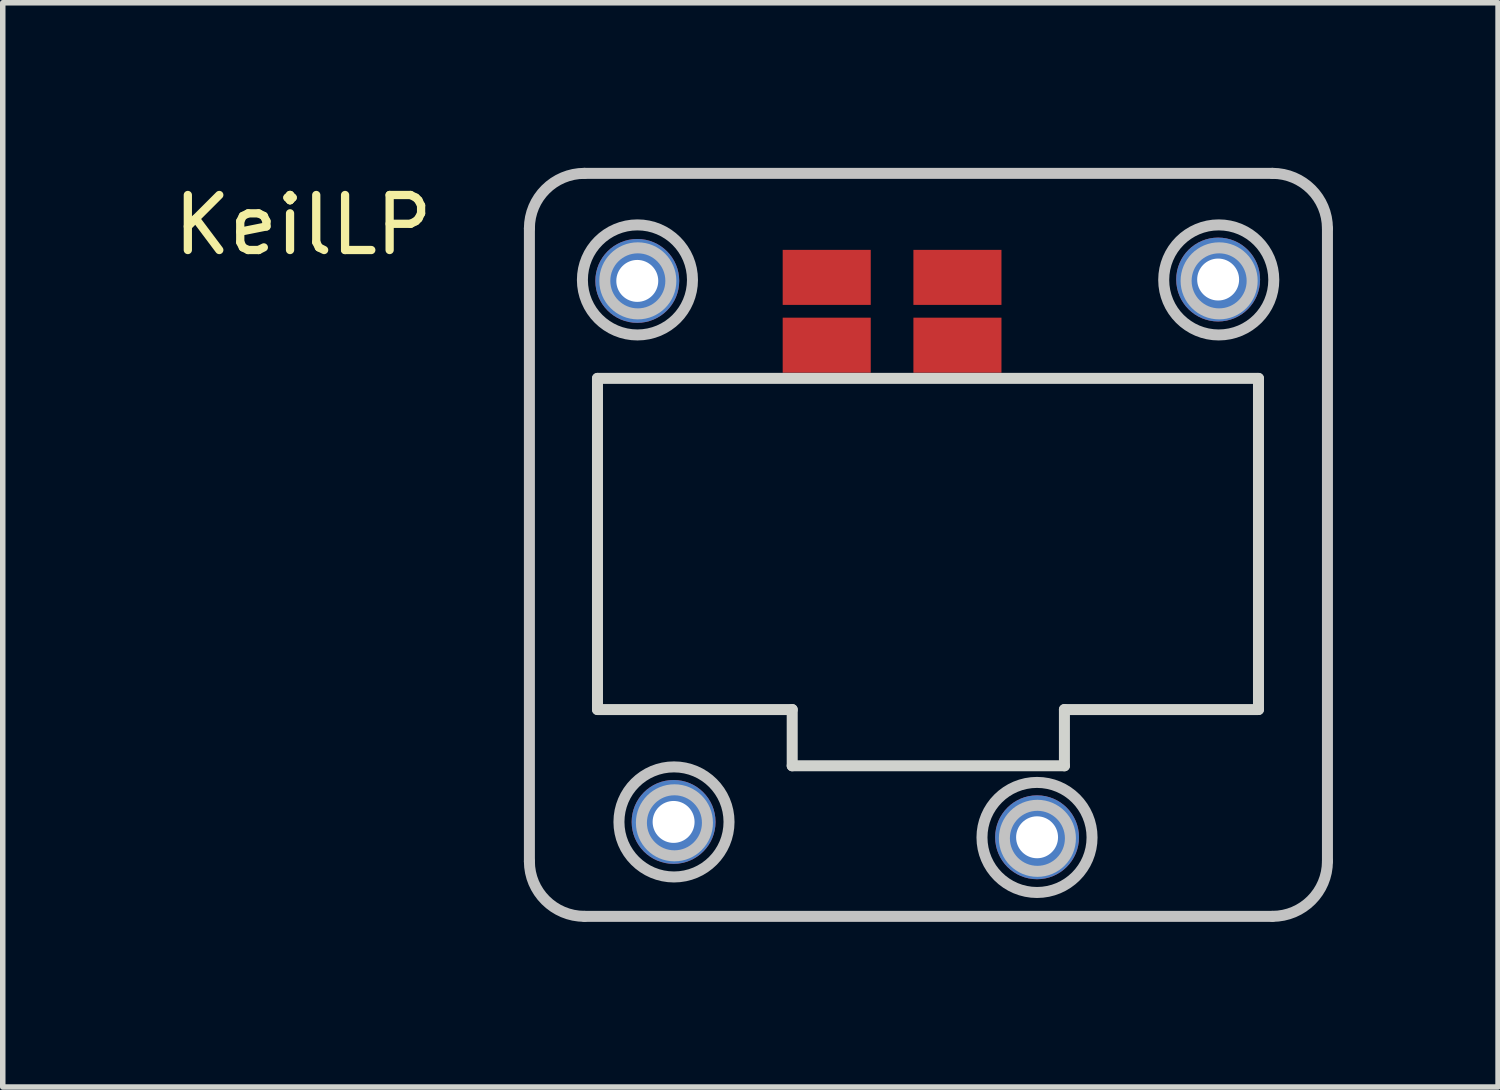
<source format=kicad_pcb>
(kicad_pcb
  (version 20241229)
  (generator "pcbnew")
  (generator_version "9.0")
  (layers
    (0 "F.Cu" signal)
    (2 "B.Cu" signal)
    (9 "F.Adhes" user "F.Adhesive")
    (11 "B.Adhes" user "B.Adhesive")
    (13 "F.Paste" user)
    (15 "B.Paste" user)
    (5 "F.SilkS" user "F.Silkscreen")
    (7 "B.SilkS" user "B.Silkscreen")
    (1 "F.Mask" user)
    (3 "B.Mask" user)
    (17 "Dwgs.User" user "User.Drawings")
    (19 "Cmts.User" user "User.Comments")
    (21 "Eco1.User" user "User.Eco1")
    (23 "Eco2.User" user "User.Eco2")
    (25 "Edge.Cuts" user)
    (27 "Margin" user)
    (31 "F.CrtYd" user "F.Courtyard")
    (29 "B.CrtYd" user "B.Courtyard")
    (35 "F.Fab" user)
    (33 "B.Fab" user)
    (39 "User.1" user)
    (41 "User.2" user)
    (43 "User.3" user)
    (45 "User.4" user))
  (footprint "KeilLP"
    (layer "F.Cu")
    (at 8.529 2.054)
    (property "Reference" "KeilLP" (at -6.071 -1.016 0) (layer "F.SilkS") (effects (font (size 1 1) (thickness 0.15))))
    (attr through_hole)
    (fp_line (start -1.96 -0.954) (end -1.96 10.546) (stroke (width 0.2) (type solid)) (layer "Dwgs.User"))
    (fp_line (start -0.96 -1.954) (end 11.54 -1.954) (stroke (width 0.2) (type solid)) (layer "Dwgs.User"))
    (fp_line (start -0.96 11.546) (end 11.54 11.546) (stroke (width 0.2) (type solid)) (layer "Dwgs.User"))
    (fp_line (start 12.54 -0.954) (end 12.54 10.546) (stroke (width 0.2) (type solid)) (layer "Dwgs.User"))
    (fp_arc (start -1.960123 -0.954363) (mid -1.66723 -1.66147) (end -0.960123 -1.954363) (stroke (width 0.2) (type solid)) (layer "Dwgs.User"))
    (fp_arc (start -0.960123 11.545637) (mid -1.66723 11.252744) (end -1.960123 10.545637) (stroke (width 0.2) (type solid)) (layer "Dwgs.User"))
    (fp_arc (start 11.539877 -1.954363) (mid 12.246984 -1.66147) (end 12.539877 -0.954363) (stroke (width 0.2) (type solid)) (layer "Dwgs.User"))
    (fp_arc (start 12.539877 10.545637) (mid 12.246984 11.252744) (end 11.539877 11.545637) (stroke (width 0.2) (type solid)) (layer "Dwgs.User"))
    (fp_circle (center 0.003 -0.018) (end 1.003 -0.018) (stroke (width 0.2) (type solid)) (fill no) (layer "Dwgs.User"))
    (fp_circle (center 0.01 -0.001) (end 0.61 -0.001) (stroke (width 0.2) (type solid)) (fill no) (layer "Dwgs.User"))
    (fp_circle (center 0.667 9.83) (end 1.667 9.83) (stroke (width 0.2) (type solid)) (fill no) (layer "Dwgs.User"))
    (fp_circle (center 0.675 9.846) (end 1.275 9.846) (stroke (width 0.2) (type solid)) (fill no) (layer "Dwgs.User"))
    (fp_circle (center 7.263 10.112) (end 8.263 10.112) (stroke (width 0.2) (type solid)) (fill no) (layer "Dwgs.User"))
    (fp_circle (center 7.27 10.128) (end 7.87 10.128) (stroke (width 0.2) (type solid)) (fill no) (layer "Dwgs.User"))
    (fp_circle (center 10.565 -0.018) (end 11.565 -0.018) (stroke (width 0.2) (type solid)) (fill no) (layer "Dwgs.User"))
    (fp_circle (center 10.572 -0.001) (end 11.172 -0.001) (stroke (width 0.2) (type solid)) (fill no) (layer "Dwgs.User"))
    (fp_line (start -0.723 1.771) (end -0.723 7.788) (stroke (width 0.2) (type solid)) (layer "Edge.Cuts"))
    (fp_line (start -0.723 1.771) (end 11.287 1.771) (stroke (width 0.2) (type solid)) (layer "Edge.Cuts"))
    (fp_line (start -0.723 7.788) (end 2.815 7.788) (stroke (width 0.2) (type solid)) (layer "Edge.Cuts"))
    (fp_line (start 2.815 7.788) (end 2.815 8.81) (stroke (width 0.2) (type solid)) (layer "Edge.Cuts"))
    (fp_line (start 2.815 8.81) (end 7.761 8.81) (stroke (width 0.2) (type solid)) (layer "Edge.Cuts"))
    (fp_line (start 7.761 7.788) (end 7.761 8.81) (stroke (width 0.2) (type solid)) (layer "Edge.Cuts"))
    (fp_line (start 7.761 7.788) (end 11.287 7.788) (stroke (width 0.2) (type solid)) (layer "Edge.Cuts"))
    (fp_line (start 11.287 1.771) (end 11.287 7.788) (stroke (width 0.2) (type solid)) (layer "Edge.Cuts"))
    (pad "1" thru_hole circle (at 0.66 9.83) (size 1.524 1.524) (drill 0.762) (layers "*.Cu" "*.Mask"))
    (pad "2" thru_hole circle (at 7.264 10.109) (size 1.524 1.524) (drill 0.762) (layers "*.Cu" "*.Mask"))
    (pad "3" thru_hole circle (at 0 0) (size 1.524 1.524) (drill 0.762) (layers "*.Cu" "*.Mask"))
    (pad "4" thru_hole circle (at 10.554 -0.025) (size 1.524 1.524) (drill 0.762) (layers "*.Cu" "*.Mask"))
    (pad "5" smd rect (at 3.442 -0.064) (size 1.6 1) (layers "F.Cu" "F.Mask" "F.Paste"))
    (pad "6" smd rect (at 5.817 -0.064) (size 1.6 1) (layers "F.Cu" "F.Mask" "F.Paste"))
    (pad "7" smd rect (at 5.817 1.168) (size 1.6 1) (layers "F.Cu" "F.Mask" "F.Paste"))
    (pad "8" smd rect (at 3.442 1.168) (size 1.6 1) (layers "F.Cu" "F.Mask" "F.Paste")))
  (gr_rect
    (start -3 -3)
    (end 24.169 16.7)
    (stroke (width 0.1) (type default))
    (fill no)
    (layer "Edge.Cuts")))
</source>
